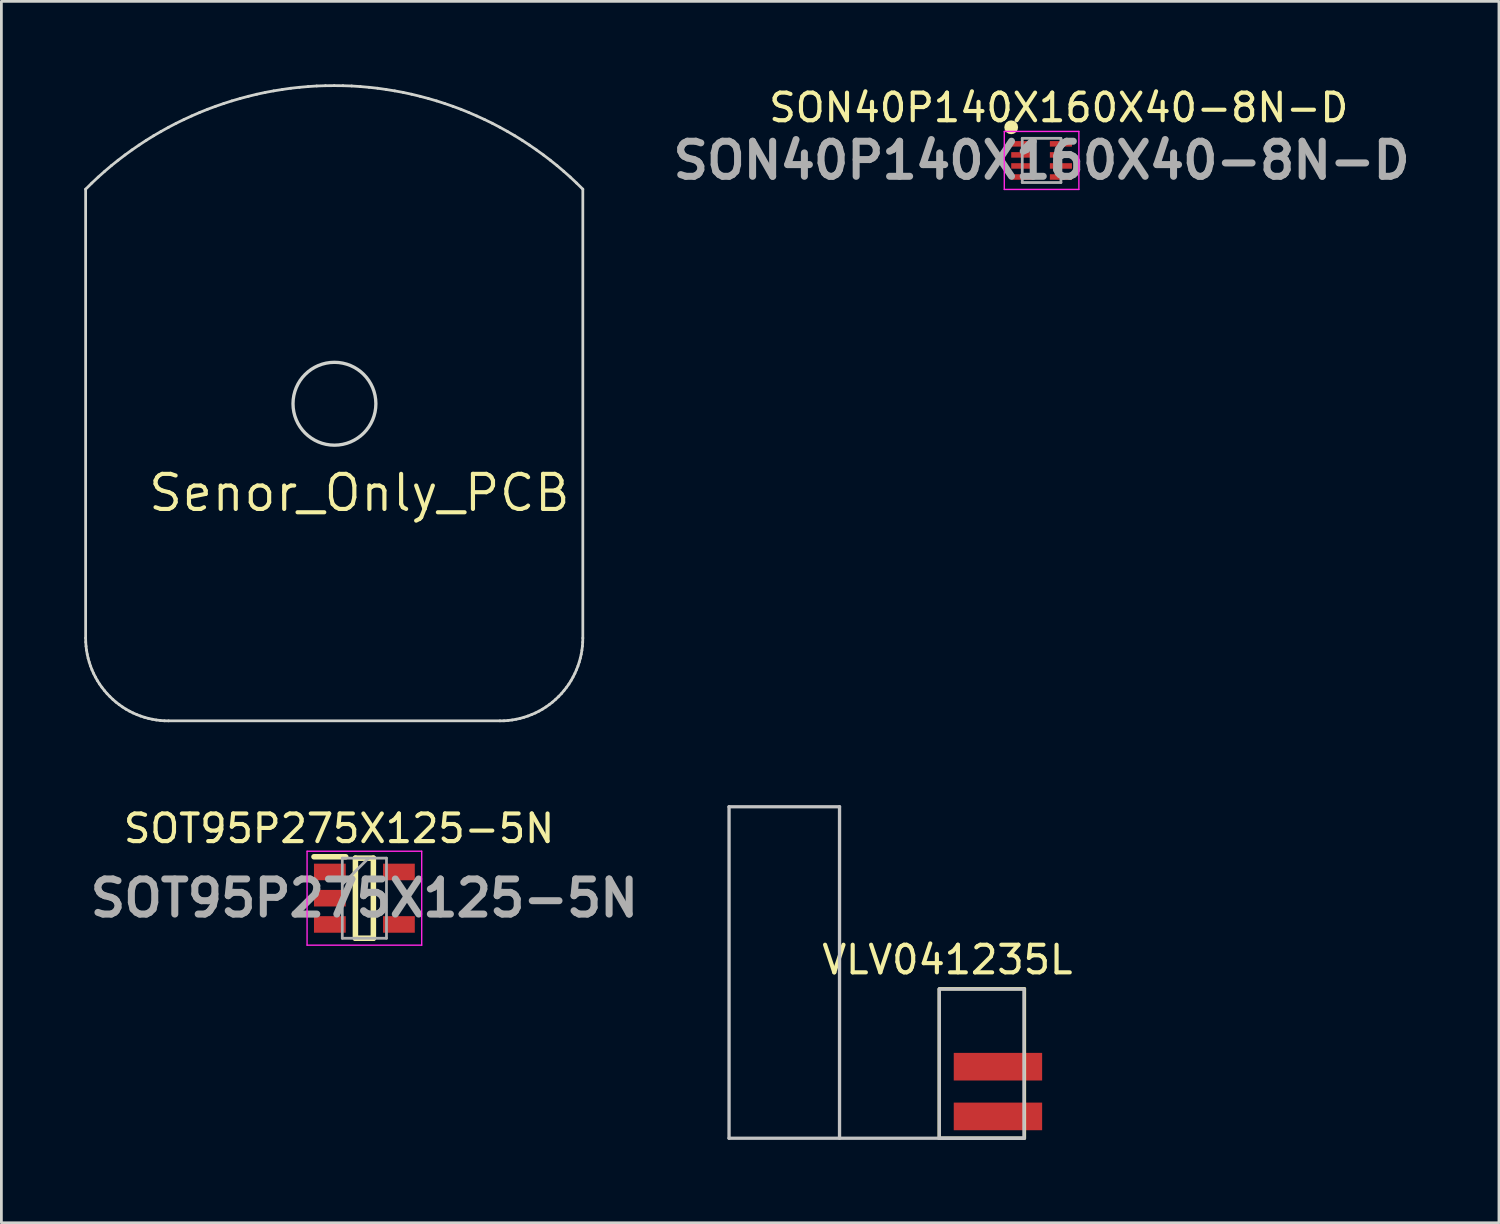
<source format=kicad_pcb>
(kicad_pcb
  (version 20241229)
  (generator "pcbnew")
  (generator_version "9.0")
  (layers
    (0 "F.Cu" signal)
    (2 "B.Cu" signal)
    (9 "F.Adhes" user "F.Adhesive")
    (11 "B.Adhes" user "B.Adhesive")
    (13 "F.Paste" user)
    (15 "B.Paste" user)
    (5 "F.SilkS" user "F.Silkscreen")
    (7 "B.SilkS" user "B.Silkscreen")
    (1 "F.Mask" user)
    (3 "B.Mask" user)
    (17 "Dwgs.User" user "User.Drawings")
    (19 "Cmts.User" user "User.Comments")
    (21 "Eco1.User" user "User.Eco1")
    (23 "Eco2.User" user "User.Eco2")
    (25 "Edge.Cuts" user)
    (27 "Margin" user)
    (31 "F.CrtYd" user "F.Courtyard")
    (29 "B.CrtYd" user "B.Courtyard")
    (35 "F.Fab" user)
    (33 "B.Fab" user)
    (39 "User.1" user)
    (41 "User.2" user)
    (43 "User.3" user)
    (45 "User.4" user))
  (footprint "SON40P140X160X40-8N-D"
    (layer "F.Cu")
    (at 34.659 2.758)
    (property "Reference" "SON40P140X160X40-8N-D" (at 0.622 -1.91 0) (layer "F.SilkS") (effects (font (size 1 1) (thickness 0.15))))
    (attr smd)
    (fp_circle (center -1.1 -1.2) (end -1.1 -1.075) (stroke (width 0.25) (type solid)) (fill no) (layer "F.SilkS"))
    (fp_line (start -1.35 -1.05) (end 1.35 -1.05) (stroke (width 0.05) (type solid)) (layer "F.CrtYd"))
    (fp_line (start -1.35 1.05) (end -1.35 -1.05) (stroke (width 0.05) (type solid)) (layer "F.CrtYd"))
    (fp_line (start 1.35 -1.05) (end 1.35 1.05) (stroke (width 0.05) (type solid)) (layer "F.CrtYd"))
    (fp_line (start 1.35 1.05) (end -1.35 1.05) (stroke (width 0.05) (type solid)) (layer "F.CrtYd"))
    (fp_line (start -0.7 -0.8) (end 0.7 -0.8) (stroke (width 0.1) (type solid)) (layer "F.Fab"))
    (fp_line (start -0.7 -0.45) (end -0.35 -0.8) (stroke (width 0.1) (type solid)) (layer "F.Fab"))
    (fp_line (start -0.7 0.8) (end -0.7 -0.8) (stroke (width 0.1) (type solid)) (layer "F.Fab"))
    (fp_line (start 0.7 -0.8) (end 0.7 0.8) (stroke (width 0.1) (type solid)) (layer "F.Fab"))
    (fp_line (start 0.7 0.8) (end -0.7 0.8) (stroke (width 0.1) (type solid)) (layer "F.Fab"))
    (fp_text user "${REFERENCE}" (at 0 0 0) (layer "F.Fab") (effects (font (size 1.27 1.27) (thickness 0.254))))
    (pad "1" smd rect (at -0.7 -0.6 90) (size 0.2 0.8) (layers "F.Cu" "F.Mask" "F.Paste"))
    (pad "2" smd rect (at -0.7 -0.2 90) (size 0.2 0.8) (layers "F.Cu" "F.Mask" "F.Paste"))
    (pad "3" smd rect (at -0.7 0.2 90) (size 0.2 0.8) (layers "F.Cu" "F.Mask" "F.Paste"))
    (pad "4" smd rect (at -0.7 0.6 90) (size 0.2 0.8) (layers "F.Cu" "F.Mask" "F.Paste"))
    (pad "5" smd rect (at 0.7 0.6 90) (size 0.2 0.8) (layers "F.Cu" "F.Mask" "F.Paste"))
    (pad "6" smd rect (at 0.7 0.2 90) (size 0.2 0.8) (layers "F.Cu" "F.Mask" "F.Paste"))
    (pad "7" smd rect (at 0.7 -0.2 90) (size 0.2 0.8) (layers "F.Cu" "F.Mask" "F.Paste"))
    (pad "8" smd rect (at 0.7 -0.6 90) (size 0.2 0.8) (layers "F.Cu" "F.Mask" "F.Paste")))
  (footprint "Senor_Only_PCB"
    (layer "F.Cu")
    (at 9.96 14.795)
    (property "Reference" "Senor_Only_PCB" (at 0 0 0) (layer "F.SilkS") (effects (font (size 1.27 1.27) (thickness 0.15))))
    (attr through_hole)
    (fp_line (start -9.91 -10.996) (end -9.91 5.255) (stroke (width 0.1) (type solid)) (layer "Edge.Cuts"))
    (fp_line (start -9.91 5.255) (end -9.906 5.403) (stroke (width 0.1) (type solid)) (layer "Edge.Cuts"))
    (fp_line (start -9.906 5.403) (end -9.895 5.551) (stroke (width 0.1) (type solid)) (layer "Edge.Cuts"))
    (fp_line (start -9.895 5.551) (end -9.877 5.697) (stroke (width 0.1) (type solid)) (layer "Edge.Cuts"))
    (fp_line (start -9.877 5.697) (end -9.852 5.842) (stroke (width 0.1) (type solid)) (layer "Edge.Cuts"))
    (fp_line (start -9.852 5.842) (end -9.82 5.985) (stroke (width 0.1) (type solid)) (layer "Edge.Cuts"))
    (fp_line (start -9.82 5.985) (end -9.78 6.125) (stroke (width 0.1) (type solid)) (layer "Edge.Cuts"))
    (fp_line (start -9.78 6.125) (end -9.734 6.265) (stroke (width 0.1) (type solid)) (layer "Edge.Cuts"))
    (fp_line (start -9.734 6.265) (end -9.682 6.4) (stroke (width 0.1) (type solid)) (layer "Edge.Cuts"))
    (fp_line (start -9.685 -11.218) (end -9.91 -10.996) (stroke (width 0.1) (type solid)) (layer "Edge.Cuts"))
    (fp_line (start -9.682 6.4) (end -9.622 6.535) (stroke (width 0.1) (type solid)) (layer "Edge.Cuts"))
    (fp_line (start -9.622 6.535) (end -9.557 6.665) (stroke (width 0.1) (type solid)) (layer "Edge.Cuts"))
    (fp_line (start -9.557 6.665) (end -9.485 6.795) (stroke (width 0.1) (type solid)) (layer "Edge.Cuts"))
    (fp_line (start -9.485 6.795) (end -9.406 6.919) (stroke (width 0.1) (type solid)) (layer "Edge.Cuts"))
    (fp_line (start -9.454 -11.435) (end -9.685 -11.218) (stroke (width 0.1) (type solid)) (layer "Edge.Cuts"))
    (fp_line (start -9.406 6.919) (end -9.321 7.038) (stroke (width 0.1) (type solid)) (layer "Edge.Cuts"))
    (fp_line (start -9.321 7.038) (end -9.231 7.154) (stroke (width 0.1) (type solid)) (layer "Edge.Cuts"))
    (fp_line (start -9.231 7.154) (end -9.134 7.268) (stroke (width 0.1) (type solid)) (layer "Edge.Cuts"))
    (fp_line (start -9.219 -11.644) (end -9.454 -11.435) (stroke (width 0.1) (type solid)) (layer "Edge.Cuts"))
    (fp_line (start -9.134 7.268) (end -9.031 7.374) (stroke (width 0.1) (type solid)) (layer "Edge.Cuts"))
    (fp_line (start -9.031 7.374) (end -8.924 7.477) (stroke (width 0.1) (type solid)) (layer "Edge.Cuts"))
    (fp_line (start -8.979 -11.848) (end -9.219 -11.644) (stroke (width 0.1) (type solid)) (layer "Edge.Cuts"))
    (fp_line (start -8.924 7.477) (end -8.811 7.575) (stroke (width 0.1) (type solid)) (layer "Edge.Cuts"))
    (fp_line (start -8.811 7.575) (end -8.695 7.665) (stroke (width 0.1) (type solid)) (layer "Edge.Cuts"))
    (fp_line (start -8.734 -12.044) (end -8.979 -11.848) (stroke (width 0.1) (type solid)) (layer "Edge.Cuts"))
    (fp_line (start -8.695 7.665) (end -8.575 7.75) (stroke (width 0.1) (type solid)) (layer "Edge.Cuts"))
    (fp_line (start -8.575 7.75) (end -8.45 7.829) (stroke (width 0.1) (type solid)) (layer "Edge.Cuts"))
    (fp_line (start -8.485 -12.234) (end -8.734 -12.044) (stroke (width 0.1) (type solid)) (layer "Edge.Cuts"))
    (fp_line (start -8.45 7.829) (end -8.323 7.901) (stroke (width 0.1) (type solid)) (layer "Edge.Cuts"))
    (fp_line (start -8.323 7.901) (end -8.192 7.967) (stroke (width 0.1) (type solid)) (layer "Edge.Cuts"))
    (fp_line (start -8.232 -12.417) (end -8.485 -12.234) (stroke (width 0.1) (type solid)) (layer "Edge.Cuts"))
    (fp_line (start -8.192 7.967) (end -8.058 8.025) (stroke (width 0.1) (type solid)) (layer "Edge.Cuts"))
    (fp_line (start -8.058 8.025) (end -7.922 8.078) (stroke (width 0.1) (type solid)) (layer "Edge.Cuts"))
    (fp_line (start -7.975 -12.594) (end -8.232 -12.417) (stroke (width 0.1) (type solid)) (layer "Edge.Cuts"))
    (fp_line (start -7.922 8.078) (end -7.783 8.123) (stroke (width 0.1) (type solid)) (layer "Edge.Cuts"))
    (fp_line (start -7.783 8.123) (end -7.641 8.163) (stroke (width 0.1) (type solid)) (layer "Edge.Cuts"))
    (fp_line (start -7.714 -12.766) (end -7.975 -12.594) (stroke (width 0.1) (type solid)) (layer "Edge.Cuts"))
    (fp_line (start -7.641 8.163) (end -7.498 8.194) (stroke (width 0.1) (type solid)) (layer "Edge.Cuts"))
    (fp_line (start -7.498 8.194) (end -7.353 8.221) (stroke (width 0.1) (type solid)) (layer "Edge.Cuts"))
    (fp_line (start -7.449 -12.93) (end -7.714 -12.766) (stroke (width 0.1) (type solid)) (layer "Edge.Cuts"))
    (fp_line (start -7.353 8.221) (end -7.207 8.239) (stroke (width 0.1) (type solid)) (layer "Edge.Cuts"))
    (fp_line (start -7.207 8.239) (end -7.059 8.25) (stroke (width 0.1) (type solid)) (layer "Edge.Cuts"))
    (fp_line (start -7.18 -13.086) (end -7.449 -12.93) (stroke (width 0.1) (type solid)) (layer "Edge.Cuts"))
    (fp_line (start -7.059 8.25) (end -6.91 8.252) (stroke (width 0.1) (type solid)) (layer "Edge.Cuts"))
    (fp_line (start -6.91 8.252) (end 5.09 8.252) (stroke (width 0.1) (type solid)) (layer "Edge.Cuts"))
    (fp_line (start -6.908 -13.237) (end -7.18 -13.086) (stroke (width 0.1) (type solid)) (layer "Edge.Cuts"))
    (fp_line (start -6.632 -13.382) (end -6.908 -13.237) (stroke (width 0.1) (type solid)) (layer "Edge.Cuts"))
    (fp_line (start -6.353 -13.517) (end -6.632 -13.382) (stroke (width 0.1) (type solid)) (layer "Edge.Cuts"))
    (fp_line (start -6.071 -13.647) (end -6.353 -13.517) (stroke (width 0.1) (type solid)) (layer "Edge.Cuts"))
    (fp_line (start -5.785 -13.771) (end -6.071 -13.647) (stroke (width 0.1) (type solid)) (layer "Edge.Cuts"))
    (fp_line (start -5.497 -13.888) (end -5.785 -13.771) (stroke (width 0.1) (type solid)) (layer "Edge.Cuts"))
    (fp_line (start -5.206 -13.996) (end -5.497 -13.888) (stroke (width 0.1) (type solid)) (layer "Edge.Cuts"))
    (fp_line (start -4.912 -14.097) (end -5.206 -13.996) (stroke (width 0.1) (type solid)) (layer "Edge.Cuts"))
    (fp_line (start -4.616 -14.192) (end -4.912 -14.097) (stroke (width 0.1) (type solid)) (layer "Edge.Cuts"))
    (fp_line (start -4.317 -14.279) (end -4.616 -14.192) (stroke (width 0.1) (type solid)) (layer "Edge.Cuts"))
    (fp_line (start -4.016 -14.359) (end -4.317 -14.279) (stroke (width 0.1) (type solid)) (layer "Edge.Cuts"))
    (fp_line (start -3.713 -14.433) (end -4.016 -14.359) (stroke (width 0.1) (type solid)) (layer "Edge.Cuts"))
    (fp_line (start -3.408 -14.499) (end -3.713 -14.433) (stroke (width 0.1) (type solid)) (layer "Edge.Cuts"))
    (fp_line (start -3.101 -14.555) (end -3.408 -14.499) (stroke (width 0.1) (type solid)) (layer "Edge.Cuts"))
    (fp_line (start -2.792 -14.605) (end -3.101 -14.555) (stroke (width 0.1) (type solid)) (layer "Edge.Cuts"))
    (fp_line (start -2.482 -14.65) (end -2.792 -14.605) (stroke (width 0.1) (type solid)) (layer "Edge.Cuts"))
    (fp_line (start -2.17 -14.684) (end -2.482 -14.65) (stroke (width 0.1) (type solid)) (layer "Edge.Cuts"))
    (fp_line (start -1.856 -14.711) (end -2.17 -14.684) (stroke (width 0.1) (type solid)) (layer "Edge.Cuts"))
    (fp_line (start -1.542 -14.732) (end -1.856 -14.711) (stroke (width 0.1) (type solid)) (layer "Edge.Cuts"))
    (fp_line (start -1.227 -14.742) (end -1.542 -14.732) (stroke (width 0.1) (type solid)) (layer "Edge.Cuts"))
    (fp_line (start -0.91 -14.745) (end -1.227 -14.742) (stroke (width 0.1) (type solid)) (layer "Edge.Cuts"))
    (fp_line (start -0.594 -14.742) (end -0.91 -14.745) (stroke (width 0.1) (type solid)) (layer "Edge.Cuts"))
    (fp_line (start -0.278 -14.732) (end -0.594 -14.742) (stroke (width 0.1) (type solid)) (layer "Edge.Cuts"))
    (fp_line (start 0.036 -14.711) (end -0.278 -14.732) (stroke (width 0.1) (type solid)) (layer "Edge.Cuts"))
    (fp_line (start 0.349 -14.684) (end 0.036 -14.711) (stroke (width 0.1) (type solid)) (layer "Edge.Cuts"))
    (fp_line (start 0.661 -14.65) (end 0.349 -14.684) (stroke (width 0.1) (type solid)) (layer "Edge.Cuts"))
    (fp_line (start 0.972 -14.605) (end 0.661 -14.65) (stroke (width 0.1) (type solid)) (layer "Edge.Cuts"))
    (fp_line (start 1.28 -14.555) (end 0.972 -14.605) (stroke (width 0.1) (type solid)) (layer "Edge.Cuts"))
    (fp_line (start 1.587 -14.499) (end 1.28 -14.555) (stroke (width 0.1) (type solid)) (layer "Edge.Cuts"))
    (fp_line (start 1.892 -14.433) (end 1.587 -14.499) (stroke (width 0.1) (type solid)) (layer "Edge.Cuts"))
    (fp_line (start 2.196 -14.359) (end 1.892 -14.433) (stroke (width 0.1) (type solid)) (layer "Edge.Cuts"))
    (fp_line (start 2.497 -14.279) (end 2.196 -14.359) (stroke (width 0.1) (type solid)) (layer "Edge.Cuts"))
    (fp_line (start 2.795 -14.192) (end 2.497 -14.279) (stroke (width 0.1) (type solid)) (layer "Edge.Cuts"))
    (fp_line (start 3.092 -14.097) (end 2.795 -14.192) (stroke (width 0.1) (type solid)) (layer "Edge.Cuts"))
    (fp_line (start 3.385 -13.996) (end 3.092 -14.097) (stroke (width 0.1) (type solid)) (layer "Edge.Cuts"))
    (fp_line (start 3.677 -13.888) (end 3.385 -13.996) (stroke (width 0.1) (type solid)) (layer "Edge.Cuts"))
    (fp_line (start 3.965 -13.771) (end 3.677 -13.888) (stroke (width 0.1) (type solid)) (layer "Edge.Cuts"))
    (fp_line (start 4.25 -13.647) (end 3.965 -13.771) (stroke (width 0.1) (type solid)) (layer "Edge.Cuts"))
    (fp_line (start 4.533 -13.517) (end 4.25 -13.647) (stroke (width 0.1) (type solid)) (layer "Edge.Cuts"))
    (fp_line (start 4.812 -13.382) (end 4.533 -13.517) (stroke (width 0.1) (type solid)) (layer "Edge.Cuts"))
    (fp_line (start 5.087 -13.237) (end 4.812 -13.382) (stroke (width 0.1) (type solid)) (layer "Edge.Cuts"))
    (fp_line (start 5.09 8.252) (end 5.239 8.25) (stroke (width 0.1) (type solid)) (layer "Edge.Cuts"))
    (fp_line (start 5.239 8.25) (end 5.386 8.239) (stroke (width 0.1) (type solid)) (layer "Edge.Cuts"))
    (fp_line (start 5.36 -13.086) (end 5.087 -13.237) (stroke (width 0.1) (type solid)) (layer "Edge.Cuts"))
    (fp_line (start 5.386 8.239) (end 5.533 8.221) (stroke (width 0.1) (type solid)) (layer "Edge.Cuts"))
    (fp_line (start 5.533 8.221) (end 5.678 8.194) (stroke (width 0.1) (type solid)) (layer "Edge.Cuts"))
    (fp_line (start 5.629 -12.93) (end 5.36 -13.086) (stroke (width 0.1) (type solid)) (layer "Edge.Cuts"))
    (fp_line (start 5.678 8.194) (end 5.821 8.163) (stroke (width 0.1) (type solid)) (layer "Edge.Cuts"))
    (fp_line (start 5.821 8.163) (end 5.962 8.123) (stroke (width 0.1) (type solid)) (layer "Edge.Cuts"))
    (fp_line (start 5.894 -12.766) (end 5.629 -12.93) (stroke (width 0.1) (type solid)) (layer "Edge.Cuts"))
    (fp_line (start 5.962 8.123) (end 6.101 8.078) (stroke (width 0.1) (type solid)) (layer "Edge.Cuts"))
    (fp_line (start 6.101 8.078) (end 6.238 8.025) (stroke (width 0.1) (type solid)) (layer "Edge.Cuts"))
    (fp_line (start 6.155 -12.594) (end 5.894 -12.766) (stroke (width 0.1) (type solid)) (layer "Edge.Cuts"))
    (fp_line (start 6.238 8.025) (end 6.372 7.967) (stroke (width 0.1) (type solid)) (layer "Edge.Cuts"))
    (fp_line (start 6.372 7.967) (end 6.503 7.901) (stroke (width 0.1) (type solid)) (layer "Edge.Cuts"))
    (fp_line (start 6.412 -12.417) (end 6.155 -12.594) (stroke (width 0.1) (type solid)) (layer "Edge.Cuts"))
    (fp_line (start 6.503 7.901) (end 6.63 7.829) (stroke (width 0.1) (type solid)) (layer "Edge.Cuts"))
    (fp_line (start 6.63 7.829) (end 6.754 7.75) (stroke (width 0.1) (type solid)) (layer "Edge.Cuts"))
    (fp_line (start 6.665 -12.234) (end 6.412 -12.417) (stroke (width 0.1) (type solid)) (layer "Edge.Cuts"))
    (fp_line (start 6.754 7.75) (end 6.875 7.665) (stroke (width 0.1) (type solid)) (layer "Edge.Cuts"))
    (fp_line (start 6.875 7.665) (end 6.991 7.575) (stroke (width 0.1) (type solid)) (layer "Edge.Cuts"))
    (fp_line (start 6.914 -12.044) (end 6.665 -12.234) (stroke (width 0.1) (type solid)) (layer "Edge.Cuts"))
    (fp_line (start 6.991 7.575) (end 7.103 7.477) (stroke (width 0.1) (type solid)) (layer "Edge.Cuts"))
    (fp_line (start 7.103 7.477) (end 7.211 7.374) (stroke (width 0.1) (type solid)) (layer "Edge.Cuts"))
    (fp_line (start 7.158 -11.848) (end 6.914 -12.044) (stroke (width 0.1) (type solid)) (layer "Edge.Cuts"))
    (fp_line (start 7.211 7.374) (end 7.314 7.268) (stroke (width 0.1) (type solid)) (layer "Edge.Cuts"))
    (fp_line (start 7.314 7.268) (end 7.41 7.154) (stroke (width 0.1) (type solid)) (layer "Edge.Cuts"))
    (fp_line (start 7.398 -11.644) (end 7.158 -11.848) (stroke (width 0.1) (type solid)) (layer "Edge.Cuts"))
    (fp_line (start 7.41 7.154) (end 7.501 7.038) (stroke (width 0.1) (type solid)) (layer "Edge.Cuts"))
    (fp_line (start 7.501 7.038) (end 7.586 6.919) (stroke (width 0.1) (type solid)) (layer "Edge.Cuts"))
    (fp_line (start 7.586 6.919) (end 7.664 6.795) (stroke (width 0.1) (type solid)) (layer "Edge.Cuts"))
    (fp_line (start 7.634 -11.435) (end 7.398 -11.644) (stroke (width 0.1) (type solid)) (layer "Edge.Cuts"))
    (fp_line (start 7.664 6.795) (end 7.736 6.665) (stroke (width 0.1) (type solid)) (layer "Edge.Cuts"))
    (fp_line (start 7.736 6.665) (end 7.802 6.535) (stroke (width 0.1) (type solid)) (layer "Edge.Cuts"))
    (fp_line (start 7.802 6.535) (end 7.861 6.4) (stroke (width 0.1) (type solid)) (layer "Edge.Cuts"))
    (fp_line (start 7.861 6.4) (end 7.914 6.265) (stroke (width 0.1) (type solid)) (layer "Edge.Cuts"))
    (fp_line (start 7.864 -11.218) (end 7.634 -11.435) (stroke (width 0.1) (type solid)) (layer "Edge.Cuts"))
    (fp_line (start 7.914 6.265) (end 7.96 6.125) (stroke (width 0.1) (type solid)) (layer "Edge.Cuts"))
    (fp_line (start 7.96 6.125) (end 7.999 5.985) (stroke (width 0.1) (type solid)) (layer "Edge.Cuts"))
    (fp_line (start 7.999 5.985) (end 8.032 5.842) (stroke (width 0.1) (type solid)) (layer "Edge.Cuts"))
    (fp_line (start 8.032 5.842) (end 8.057 5.697) (stroke (width 0.1) (type solid)) (layer "Edge.Cuts"))
    (fp_line (start 8.057 5.697) (end 8.075 5.551) (stroke (width 0.1) (type solid)) (layer "Edge.Cuts"))
    (fp_line (start 8.075 5.551) (end 8.086 5.403) (stroke (width 0.1) (type solid)) (layer "Edge.Cuts"))
    (fp_line (start 8.086 5.403) (end 8.09 5.255) (stroke (width 0.1) (type solid)) (layer "Edge.Cuts"))
    (fp_line (start 8.09 -10.996) (end 7.864 -11.218) (stroke (width 0.1) (type solid)) (layer "Edge.Cuts"))
    (fp_line (start 8.09 5.255) (end 8.09 -10.996) (stroke (width 0.1) (type solid)) (layer "Edge.Cuts"))
    (fp_circle (center -0.902 -3.228) (end 0.598 -3.228) (stroke (width 0.12) (type solid)) (fill no) (layer "Edge.Cuts")))
  (footprint "VLV041235L"
    (layer "F.Cu")
    (at 32.489 35.458)
    (property "Reference" "VLV041235L" (at -1.24 -3.76 0) (layer "F.SilkS") (effects (font (size 1 1) (thickness 0.15))))
    (attr through_hole)
    (fp_line (start -1.535 -2.7) (end -1.535 2.7) (stroke (width 0.12) (type solid)) (layer "F.SilkS"))
    (fp_line (start 1.55 -2.71) (end -1.52 -2.71) (stroke (width 0.12) (type solid)) (layer "F.SilkS"))
    (fp_line (start 1.55 -2.71) (end 1.55 2.69) (stroke (width 0.12) (type solid)) (layer "F.SilkS"))
    (fp_line (start 1.55 2.7) (end -1.55 2.7) (stroke (width 0.12) (type solid)) (layer "F.SilkS"))
    (fp_line (start -9.145 -9.3) (end -5.145 -9.3) (stroke (width 0.12) (type solid)) (layer "Dwgs.User"))
    (fp_line (start -9.145 2.7) (end -9.145 -9.3) (stroke (width 0.12) (type solid)) (layer "Dwgs.User"))
    (fp_line (start -5.145 -9.3) (end -5.145 2.7) (stroke (width 0.12) (type solid)) (layer "Dwgs.User"))
    (fp_line (start -1.535 -2.7) (end -1.535 2.7) (stroke (width 0.12) (type solid)) (layer "Dwgs.User"))
    (fp_line (start -1.535 -2.7) (end 1.535 -2.7) (stroke (width 0.12) (type solid)) (layer "Dwgs.User"))
    (fp_line (start -1.535 2.7) (end 1.535 2.7) (stroke (width 0.12) (type solid)) (layer "Dwgs.User"))
    (fp_line (start 1.535 -2.7) (end 1.535 2.7) (stroke (width 0.12) (type solid)) (layer "Dwgs.User"))
    (fp_line (start 1.535 2.7) (end -9.145 2.7) (stroke (width 0.12) (type solid)) (layer "Dwgs.User"))
    (pad "1" smd rect (at 0.59 1.91) (size 3.2 1) (layers "F.Cu" "F.Mask" "F.Paste"))
    (pad "2" smd rect (at 0.59 0.11) (size 3.2 1) (layers "F.Cu" "F.Mask" "F.Paste")))
  (footprint "SOT95P275X125-5N"
    (layer "F.Cu")
    (at 10.142 29.468)
    (property "Reference" "SOT95P275X125-5N" (at -0.917 -2.522 0) (layer "F.SilkS") (effects (font (size 1 1) (thickness 0.15))))
    (attr smd)
    (fp_line (start -1.825 -1.5) (end -0.675 -1.5) (stroke (width 0.2) (type solid)) (layer "F.SilkS"))
    (fp_line (start -0.325 -1.45) (end 0.325 -1.45) (stroke (width 0.2) (type solid)) (layer "F.SilkS"))
    (fp_line (start -0.325 1.45) (end -0.325 -1.45) (stroke (width 0.2) (type solid)) (layer "F.SilkS"))
    (fp_line (start 0.325 -1.45) (end 0.325 1.45) (stroke (width 0.2) (type solid)) (layer "F.SilkS"))
    (fp_line (start 0.325 1.45) (end -0.325 1.45) (stroke (width 0.2) (type solid)) (layer "F.SilkS"))
    (fp_line (start -2.075 -1.7) (end 2.075 -1.7) (stroke (width 0.05) (type solid)) (layer "F.CrtYd"))
    (fp_line (start -2.075 1.7) (end -2.075 -1.7) (stroke (width 0.05) (type solid)) (layer "F.CrtYd"))
    (fp_line (start 2.075 -1.7) (end 2.075 1.7) (stroke (width 0.05) (type solid)) (layer "F.CrtYd"))
    (fp_line (start 2.075 1.7) (end -2.075 1.7) (stroke (width 0.05) (type solid)) (layer "F.CrtYd"))
    (fp_line (start -0.8 -1.45) (end 0.8 -1.45) (stroke (width 0.1) (type solid)) (layer "F.Fab"))
    (fp_line (start -0.8 -0.5) (end 0.15 -1.45) (stroke (width 0.1) (type solid)) (layer "F.Fab"))
    (fp_line (start -0.8 1.45) (end -0.8 -1.45) (stroke (width 0.1) (type solid)) (layer "F.Fab"))
    (fp_line (start 0.8 -1.45) (end 0.8 1.45) (stroke (width 0.1) (type solid)) (layer "F.Fab"))
    (fp_line (start 0.8 1.45) (end -0.8 1.45) (stroke (width 0.1) (type solid)) (layer "F.Fab"))
    (fp_text user "${REFERENCE}" (at 0 0 0) (layer "F.Fab") (effects (font (size 1.27 1.27) (thickness 0.254))))
    (pad "1" smd rect (at -1.25 -0.95 90) (size 0.6 1.15) (layers "F.Cu" "F.Mask" "F.Paste"))
    (pad "2" smd rect (at -1.25 0 90) (size 0.6 1.15) (layers "F.Cu" "F.Mask" "F.Paste"))
    (pad "3" smd rect (at -1.25 0.95 90) (size 0.6 1.15) (layers "F.Cu" "F.Mask" "F.Paste"))
    (pad "4" smd rect (at 1.25 0.95 90) (size 0.6 1.15) (layers "F.Cu" "F.Mask" "F.Paste"))
    (pad "5" smd rect (at 1.25 -0.95 90) (size 0.6 1.15) (layers "F.Cu" "F.Mask" "F.Paste")))
  (gr_rect
    (start -3 -3)
    (end 51.217 41.218)
    (stroke (width 0.1) (type default))
    (fill no)
    (layer "Edge.Cuts")))
</source>
